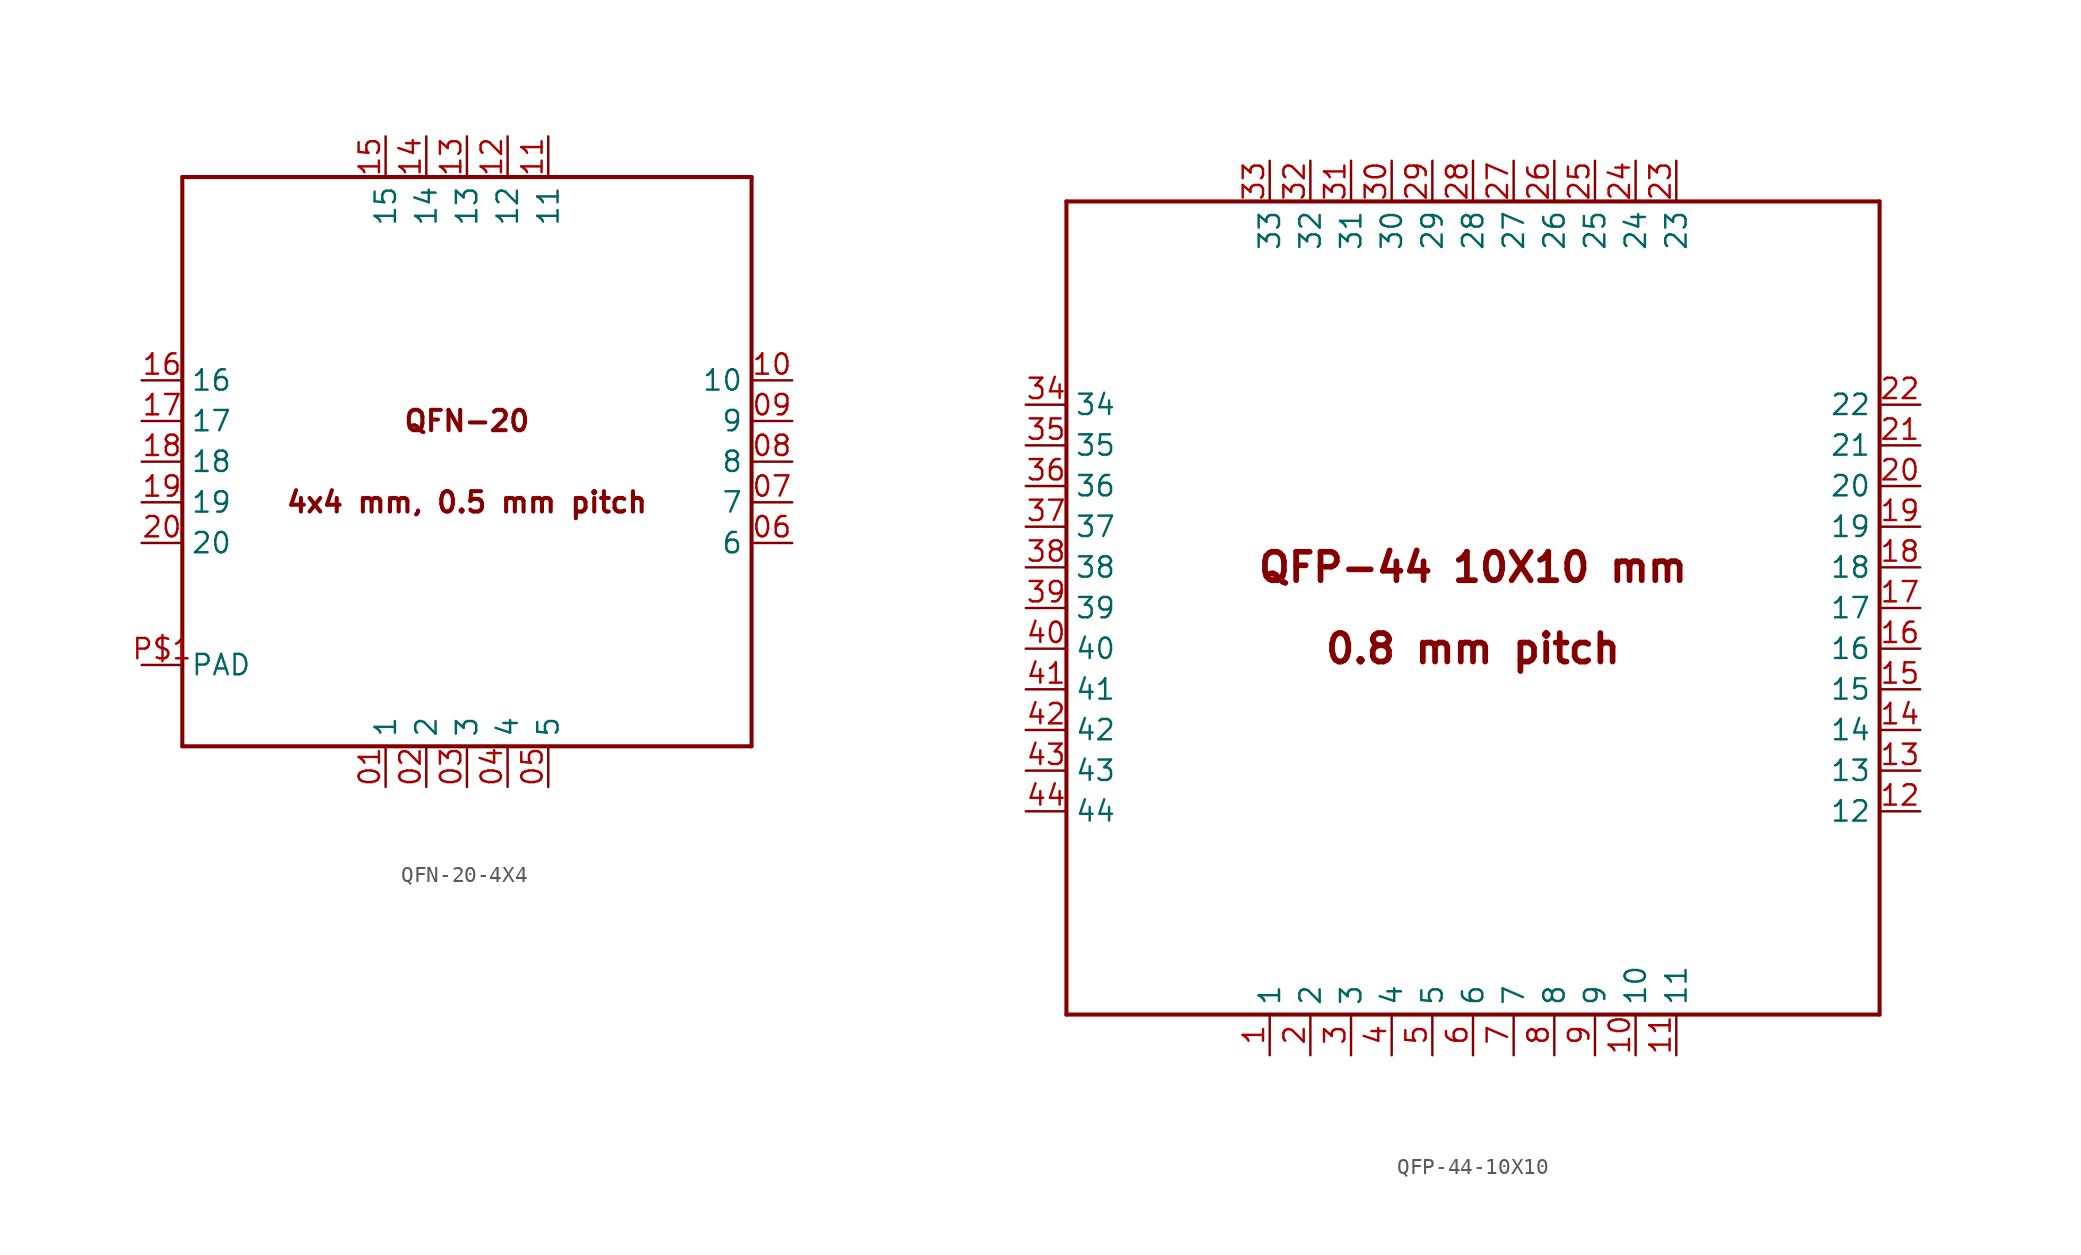
<source format=kicad_sym>
(kicad_symbol_lib
  (version 20211014)
  (generator kicad_symbol_editor)
  (symbol "QFN-20-4X4"
    (property "Reference" ""
      (at 0 0 0)
      (effects (font (size 1.27 1.27)) hide))
    (property "ki_locked" ""
      (at 0 0 0)
      (effects (font (size 1.27 1.27))))
    (symbol "QFN-20-4X4_1_0"
      (polyline (pts (xy -17.78 -17.78) (xy 17.78 -17.78)) (stroke (width 0.254) (type default) (color 0 0 0 0)) (fill (type none)))
      (polyline (pts (xy -17.78 17.78) (xy -17.78 -17.78)) (stroke (width 0.254) (type default) (color 0 0 0 0)) (fill (type none)))
      (polyline (pts (xy 17.78 -17.78) (xy 17.78 17.78)) (stroke (width 0.254) (type default) (color 0 0 0 0)) (fill (type none)))
      (polyline (pts (xy 17.78 17.78) (xy -17.78 17.78)) (stroke (width 0.254) (type default) (color 0 0 0 0)) (fill (type none)))
      (text "4x4 mm, 0.5 mm pitch" (at 0 -2.54 0) (effects (font (size 1.27 1.27) (thickness 0.254) bold)))
      (text "QFN-20" (at 0 2.54 0) (effects (font (size 1.27 1.27) (thickness 0.254) bold)))
      (pin bidirectional line (at -5.08 -20.32 90) (length 2.54) (name "1" (effects (font (size 1.27 1.27)))) (number "01" (effects (font (size 1.27 1.27)))))
      (pin bidirectional line (at -2.54 -20.32 90) (length 2.54) (name "2" (effects (font (size 1.27 1.27)))) (number "02" (effects (font (size 1.27 1.27)))))
      (pin bidirectional line (at 0 -20.32 90) (length 2.54) (name "3" (effects (font (size 1.27 1.27)))) (number "03" (effects (font (size 1.27 1.27)))))
      (pin bidirectional line (at 2.54 -20.32 90) (length 2.54) (name "4" (effects (font (size 1.27 1.27)))) (number "04" (effects (font (size 1.27 1.27)))))
      (pin bidirectional line (at 5.08 -20.32 90) (length 2.54) (name "5" (effects (font (size 1.27 1.27)))) (number "05" (effects (font (size 1.27 1.27)))))
      (pin bidirectional line (at 20.32 -5.08 180) (length 2.54) (name "6" (effects (font (size 1.27 1.27)))) (number "06" (effects (font (size 1.27 1.27)))))
      (pin bidirectional line (at 20.32 -2.54 180) (length 2.54) (name "7" (effects (font (size 1.27 1.27)))) (number "07" (effects (font (size 1.27 1.27)))))
      (pin bidirectional line (at 20.32 0 180) (length 2.54) (name "8" (effects (font (size 1.27 1.27)))) (number "08" (effects (font (size 1.27 1.27)))))
      (pin bidirectional line (at 20.32 2.54 180) (length 2.54) (name "9" (effects (font (size 1.27 1.27)))) (number "09" (effects (font (size 1.27 1.27)))))
      (pin bidirectional line (at 20.32 5.08 180) (length 2.54) (name "10" (effects (font (size 1.27 1.27)))) (number "10" (effects (font (size 1.27 1.27)))))
      (pin bidirectional line (at 5.08 20.32 270) (length 2.54) (name "11" (effects (font (size 1.27 1.27)))) (number "11" (effects (font (size 1.27 1.27)))))
      (pin bidirectional line (at 2.54 20.32 270) (length 2.54) (name "12" (effects (font (size 1.27 1.27)))) (number "12" (effects (font (size 1.27 1.27)))))
      (pin bidirectional line (at 0 20.32 270) (length 2.54) (name "13" (effects (font (size 1.27 1.27)))) (number "13" (effects (font (size 1.27 1.27)))))
      (pin bidirectional line (at -2.54 20.32 270) (length 2.54) (name "14" (effects (font (size 1.27 1.27)))) (number "14" (effects (font (size 1.27 1.27)))))
      (pin bidirectional line (at -5.08 20.32 270) (length 2.54) (name "15" (effects (font (size 1.27 1.27)))) (number "15" (effects (font (size 1.27 1.27)))))
      (pin bidirectional line (at -20.32 5.08 0) (length 2.54) (name "16" (effects (font (size 1.27 1.27)))) (number "16" (effects (font (size 1.27 1.27)))))
      (pin bidirectional line (at -20.32 2.54 0) (length 2.54) (name "17" (effects (font (size 1.27 1.27)))) (number "17" (effects (font (size 1.27 1.27)))))
      (pin input line (at -20.32 0 0) (length 2.54) (name "18" (effects (font (size 1.27 1.27)))) (number "18" (effects (font (size 1.27 1.27)))))
      (pin input line (at -20.32 -2.54 0) (length 2.54) (name "19" (effects (font (size 1.27 1.27)))) (number "19" (effects (font (size 1.27 1.27)))))
      (pin input line (at -20.32 -5.08 0) (length 2.54) (name "20" (effects (font (size 1.27 1.27)))) (number "20" (effects (font (size 1.27 1.27)))))
      (pin bidirectional line (at -20.32 -12.7 0) (length 2.54) (name "PAD" (effects (font (size 1.27 1.27)))) (number "P$1" (effects (font (size 1.27 1.27)))))))
  (symbol "QFP-44-10X10"
    (property "Reference" ""
      (at 0 0 0)
      (effects (font (size 1.27 1.27)) hide))
    (property "ki_locked" ""
      (at 0 0 0)
      (effects (font (size 1.27 1.27))))
    (symbol "QFP-44-10X10_1_0"
      (polyline (pts (xy -25.4 -25.4) (xy 25.4 -25.4)) (stroke (width 0.254) (type default) (color 0 0 0 0)) (fill (type none)))
      (polyline (pts (xy -25.4 25.4) (xy -25.4 -25.4)) (stroke (width 0.254) (type default) (color 0 0 0 0)) (fill (type none)))
      (polyline (pts (xy 25.4 -25.4) (xy 25.4 25.4)) (stroke (width 0.254) (type default) (color 0 0 0 0)) (fill (type none)))
      (polyline (pts (xy 25.4 25.4) (xy -25.4 25.4)) (stroke (width 0.254) (type default) (color 0 0 0 0)) (fill (type none)))
      (text "0.8 mm pitch" (at 0 -2.54 0) (effects (font (size 1.778 1.778) (thickness 0.356) bold)))
      (text "QFP-44 10X10 mm" (at 0 2.54 0) (effects (font (size 1.778 1.778) (thickness 0.356) bold)))
      (pin bidirectional line (at -12.7 -27.94 90) (length 2.54) (name "1" (effects (font (size 1.27 1.27)))) (number "1" (effects (font (size 1.27 1.27)))))
      (pin bidirectional line (at 10.16 -27.94 90) (length 2.54) (name "10" (effects (font (size 1.27 1.27)))) (number "10" (effects (font (size 1.27 1.27)))))
      (pin bidirectional line (at 12.7 -27.94 90) (length 2.54) (name "11" (effects (font (size 1.27 1.27)))) (number "11" (effects (font (size 1.27 1.27)))))
      (pin bidirectional line (at 27.94 -12.7 180) (length 2.54) (name "12" (effects (font (size 1.27 1.27)))) (number "12" (effects (font (size 1.27 1.27)))))
      (pin bidirectional line (at 27.94 -10.16 180) (length 2.54) (name "13" (effects (font (size 1.27 1.27)))) (number "13" (effects (font (size 1.27 1.27)))))
      (pin bidirectional line (at 27.94 -7.62 180) (length 2.54) (name "14" (effects (font (size 1.27 1.27)))) (number "14" (effects (font (size 1.27 1.27)))))
      (pin bidirectional line (at 27.94 -5.08 180) (length 2.54) (name "15" (effects (font (size 1.27 1.27)))) (number "15" (effects (font (size 1.27 1.27)))))
      (pin bidirectional line (at 27.94 -2.54 180) (length 2.54) (name "16" (effects (font (size 1.27 1.27)))) (number "16" (effects (font (size 1.27 1.27)))))
      (pin bidirectional line (at 27.94 0 180) (length 2.54) (name "17" (effects (font (size 1.27 1.27)))) (number "17" (effects (font (size 1.27 1.27)))))
      (pin bidirectional line (at 27.94 2.54 180) (length 2.54) (name "18" (effects (font (size 1.27 1.27)))) (number "18" (effects (font (size 1.27 1.27)))))
      (pin bidirectional line (at 27.94 5.08 180) (length 2.54) (name "19" (effects (font (size 1.27 1.27)))) (number "19" (effects (font (size 1.27 1.27)))))
      (pin bidirectional line (at -10.16 -27.94 90) (length 2.54) (name "2" (effects (font (size 1.27 1.27)))) (number "2" (effects (font (size 1.27 1.27)))))
      (pin bidirectional line (at 27.94 7.62 180) (length 2.54) (name "20" (effects (font (size 1.27 1.27)))) (number "20" (effects (font (size 1.27 1.27)))))
      (pin bidirectional line (at 27.94 10.16 180) (length 2.54) (name "21" (effects (font (size 1.27 1.27)))) (number "21" (effects (font (size 1.27 1.27)))))
      (pin bidirectional line (at 27.94 12.7 180) (length 2.54) (name "22" (effects (font (size 1.27 1.27)))) (number "22" (effects (font (size 1.27 1.27)))))
      (pin bidirectional line (at 12.7 27.94 270) (length 2.54) (name "23" (effects (font (size 1.27 1.27)))) (number "23" (effects (font (size 1.27 1.27)))))
      (pin bidirectional line (at 10.16 27.94 270) (length 2.54) (name "24" (effects (font (size 1.27 1.27)))) (number "24" (effects (font (size 1.27 1.27)))))
      (pin bidirectional line (at 7.62 27.94 270) (length 2.54) (name "25" (effects (font (size 1.27 1.27)))) (number "25" (effects (font (size 1.27 1.27)))))
      (pin bidirectional line (at 5.08 27.94 270) (length 2.54) (name "26" (effects (font (size 1.27 1.27)))) (number "26" (effects (font (size 1.27 1.27)))))
      (pin bidirectional line (at 2.54 27.94 270) (length 2.54) (name "27" (effects (font (size 1.27 1.27)))) (number "27" (effects (font (size 1.27 1.27)))))
      (pin bidirectional line (at 0 27.94 270) (length 2.54) (name "28" (effects (font (size 1.27 1.27)))) (number "28" (effects (font (size 1.27 1.27)))))
      (pin bidirectional line (at -2.54 27.94 270) (length 2.54) (name "29" (effects (font (size 1.27 1.27)))) (number "29" (effects (font (size 1.27 1.27)))))
      (pin bidirectional line (at -7.62 -27.94 90) (length 2.54) (name "3" (effects (font (size 1.27 1.27)))) (number "3" (effects (font (size 1.27 1.27)))))
      (pin bidirectional line (at -5.08 27.94 270) (length 2.54) (name "30" (effects (font (size 1.27 1.27)))) (number "30" (effects (font (size 1.27 1.27)))))
      (pin bidirectional line (at -7.62 27.94 270) (length 2.54) (name "31" (effects (font (size 1.27 1.27)))) (number "31" (effects (font (size 1.27 1.27)))))
      (pin bidirectional line (at -10.16 27.94 270) (length 2.54) (name "32" (effects (font (size 1.27 1.27)))) (number "32" (effects (font (size 1.27 1.27)))))
      (pin bidirectional line (at -12.7 27.94 270) (length 2.54) (name "33" (effects (font (size 1.27 1.27)))) (number "33" (effects (font (size 1.27 1.27)))))
      (pin bidirectional line (at -27.94 12.7 0) (length 2.54) (name "34" (effects (font (size 1.27 1.27)))) (number "34" (effects (font (size 1.27 1.27)))))
      (pin bidirectional line (at -27.94 10.16 0) (length 2.54) (name "35" (effects (font (size 1.27 1.27)))) (number "35" (effects (font (size 1.27 1.27)))))
      (pin bidirectional line (at -27.94 7.62 0) (length 2.54) (name "36" (effects (font (size 1.27 1.27)))) (number "36" (effects (font (size 1.27 1.27)))))
      (pin bidirectional line (at -27.94 5.08 0) (length 2.54) (name "37" (effects (font (size 1.27 1.27)))) (number "37" (effects (font (size 1.27 1.27)))))
      (pin bidirectional line (at -27.94 2.54 0) (length 2.54) (name "38" (effects (font (size 1.27 1.27)))) (number "38" (effects (font (size 1.27 1.27)))))
      (pin bidirectional line (at -27.94 0 0) (length 2.54) (name "39" (effects (font (size 1.27 1.27)))) (number "39" (effects (font (size 1.27 1.27)))))
      (pin bidirectional line (at -5.08 -27.94 90) (length 2.54) (name "4" (effects (font (size 1.27 1.27)))) (number "4" (effects (font (size 1.27 1.27)))))
      (pin bidirectional line (at -27.94 -2.54 0) (length 2.54) (name "40" (effects (font (size 1.27 1.27)))) (number "40" (effects (font (size 1.27 1.27)))))
      (pin bidirectional line (at -27.94 -5.08 0) (length 2.54) (name "41" (effects (font (size 1.27 1.27)))) (number "41" (effects (font (size 1.27 1.27)))))
      (pin bidirectional line (at -27.94 -7.62 0) (length 2.54) (name "42" (effects (font (size 1.27 1.27)))) (number "42" (effects (font (size 1.27 1.27)))))
      (pin bidirectional line (at -27.94 -10.16 0) (length 2.54) (name "43" (effects (font (size 1.27 1.27)))) (number "43" (effects (font (size 1.27 1.27)))))
      (pin bidirectional line (at -27.94 -12.7 0) (length 2.54) (name "44" (effects (font (size 1.27 1.27)))) (number "44" (effects (font (size 1.27 1.27)))))
      (pin bidirectional line (at -2.54 -27.94 90) (length 2.54) (name "5" (effects (font (size 1.27 1.27)))) (number "5" (effects (font (size 1.27 1.27)))))
      (pin bidirectional line (at 0 -27.94 90) (length 2.54) (name "6" (effects (font (size 1.27 1.27)))) (number "6" (effects (font (size 1.27 1.27)))))
      (pin bidirectional line (at 2.54 -27.94 90) (length 2.54) (name "7" (effects (font (size 1.27 1.27)))) (number "7" (effects (font (size 1.27 1.27)))))
      (pin bidirectional line (at 5.08 -27.94 90) (length 2.54) (name "8" (effects (font (size 1.27 1.27)))) (number "8" (effects (font (size 1.27 1.27)))))
      (pin bidirectional line (at 7.62 -27.94 90) (length 2.54) (name "9" (effects (font (size 1.27 1.27)))) (number "9" (effects (font (size 1.27 1.27))))))))
</source>
